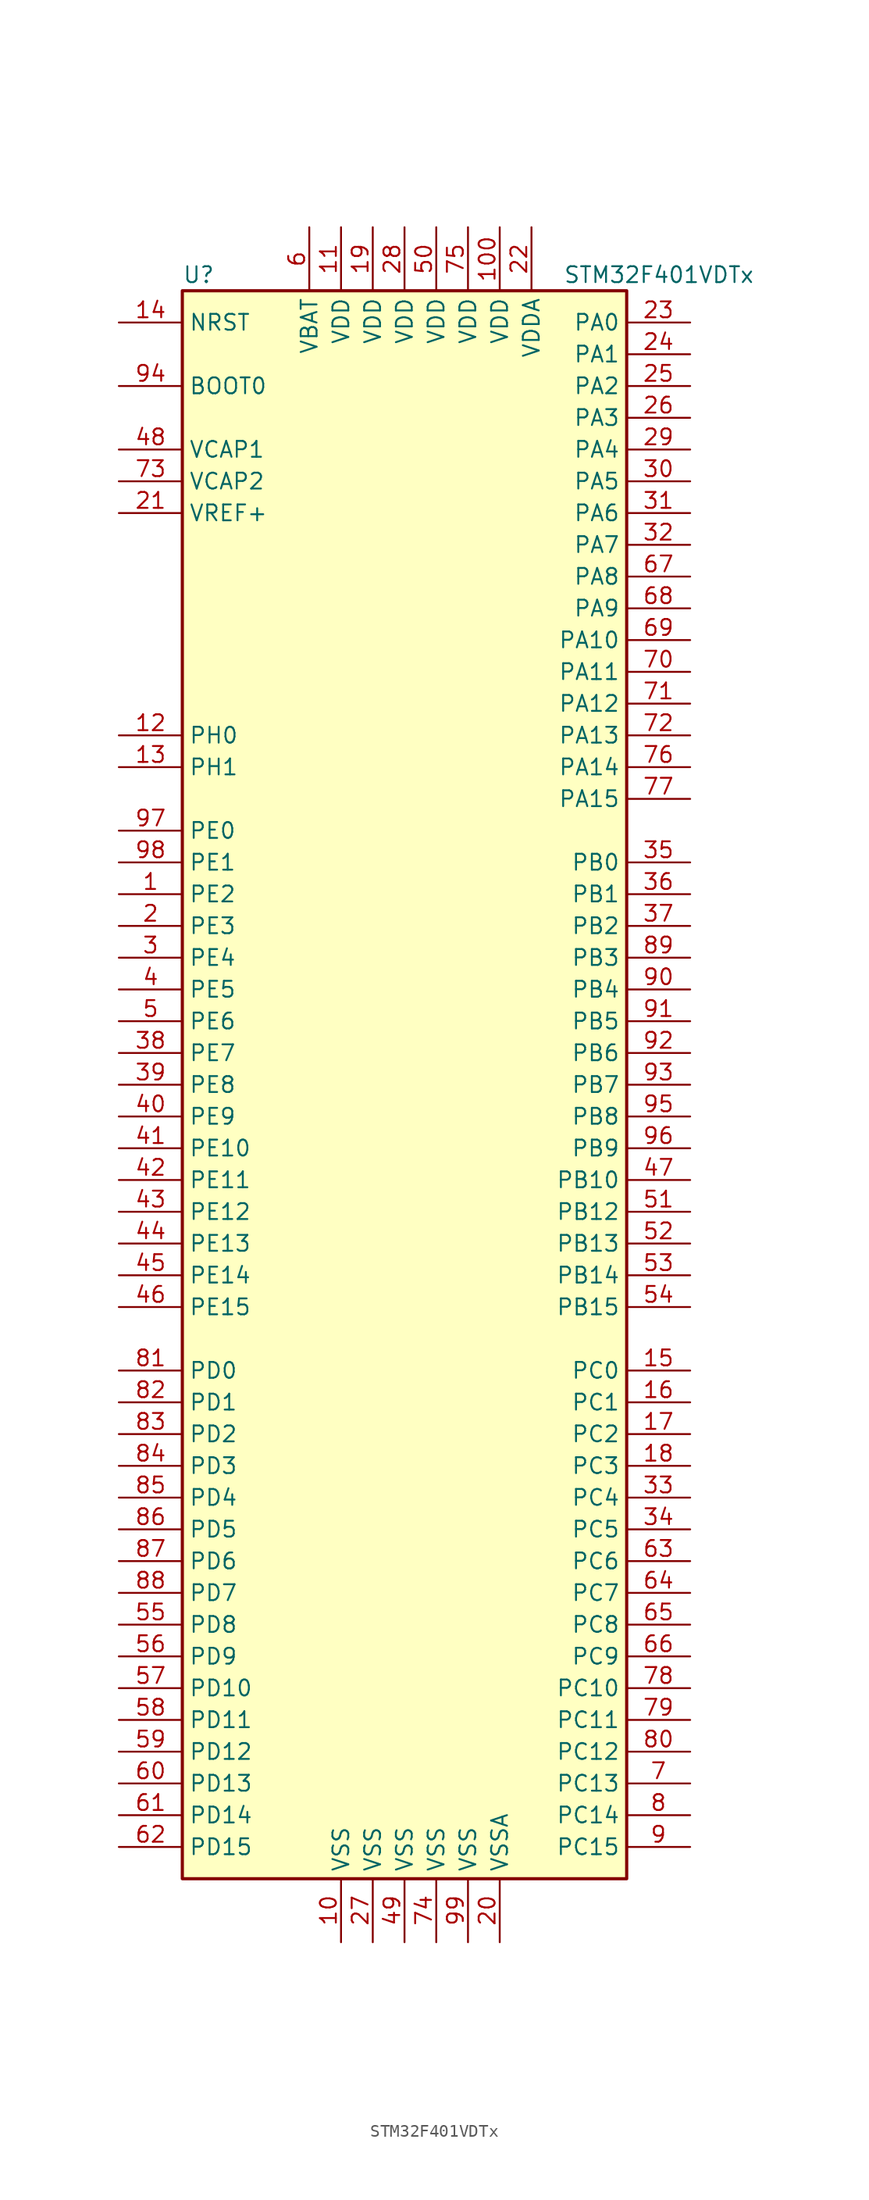
<source format=kicad_sym>
(kicad_symbol_lib
  (version 20201005)
  (generator kicad_symbol_editor)
  (symbol "MCU_ST_STM32F4:STM32F401VDTx"
    (property "Reference" "U"
      (at -17.78 64.77 0)
      (effects (font (size 1.27 1.27)) (justify left)))
    (property "Value" "STM32F401VDTx"
      (at 12.7 64.77 0)
      (effects (font (size 1.27 1.27)) (justify left)))
    (symbol "STM32F401VDTx_0_1"
      (rectangle (start -17.78 -63.5) (end 17.78 63.5) (stroke (width 0.254)) (fill (type background))))
    (symbol "STM32F401VDTx_1_1"
      (pin input line (at -22.86 55.88 0) (length 5.08) (name "BOOT0" (effects (font (size 1.27 1.27)))) (number "94" (effects (font (size 1.27 1.27)))))
      (pin input line (at -22.86 60.96 0) (length 5.08) (name "NRST" (effects (font (size 1.27 1.27)))) (number "14" (effects (font (size 1.27 1.27)))))
      (pin bidirectional line (at 22.86 60.96 180) (length 5.08) (name "PA0" (effects (font (size 1.27 1.27)))) (number "23" (effects (font (size 1.27 1.27)))))
      (pin bidirectional line (at 22.86 58.42 180) (length 5.08) (name "PA1" (effects (font (size 1.27 1.27)))) (number "24" (effects (font (size 1.27 1.27)))))
      (pin bidirectional line (at 22.86 35.56 180) (length 5.08) (name "PA10" (effects (font (size 1.27 1.27)))) (number "69" (effects (font (size 1.27 1.27)))))
      (pin bidirectional line (at 22.86 33.02 180) (length 5.08) (name "PA11" (effects (font (size 1.27 1.27)))) (number "70" (effects (font (size 1.27 1.27)))))
      (pin bidirectional line (at 22.86 30.48 180) (length 5.08) (name "PA12" (effects (font (size 1.27 1.27)))) (number "71" (effects (font (size 1.27 1.27)))))
      (pin bidirectional line (at 22.86 27.94 180) (length 5.08) (name "PA13" (effects (font (size 1.27 1.27)))) (number "72" (effects (font (size 1.27 1.27)))))
      (pin bidirectional line (at 22.86 25.4 180) (length 5.08) (name "PA14" (effects (font (size 1.27 1.27)))) (number "76" (effects (font (size 1.27 1.27)))))
      (pin bidirectional line (at 22.86 22.86 180) (length 5.08) (name "PA15" (effects (font (size 1.27 1.27)))) (number "77" (effects (font (size 1.27 1.27)))))
      (pin bidirectional line (at 22.86 55.88 180) (length 5.08) (name "PA2" (effects (font (size 1.27 1.27)))) (number "25" (effects (font (size 1.27 1.27)))))
      (pin bidirectional line (at 22.86 53.34 180) (length 5.08) (name "PA3" (effects (font (size 1.27 1.27)))) (number "26" (effects (font (size 1.27 1.27)))))
      (pin bidirectional line (at 22.86 50.8 180) (length 5.08) (name "PA4" (effects (font (size 1.27 1.27)))) (number "29" (effects (font (size 1.27 1.27)))))
      (pin bidirectional line (at 22.86 48.26 180) (length 5.08) (name "PA5" (effects (font (size 1.27 1.27)))) (number "30" (effects (font (size 1.27 1.27)))))
      (pin bidirectional line (at 22.86 45.72 180) (length 5.08) (name "PA6" (effects (font (size 1.27 1.27)))) (number "31" (effects (font (size 1.27 1.27)))))
      (pin bidirectional line (at 22.86 43.18 180) (length 5.08) (name "PA7" (effects (font (size 1.27 1.27)))) (number "32" (effects (font (size 1.27 1.27)))))
      (pin bidirectional line (at 22.86 40.64 180) (length 5.08) (name "PA8" (effects (font (size 1.27 1.27)))) (number "67" (effects (font (size 1.27 1.27)))))
      (pin bidirectional line (at 22.86 38.1 180) (length 5.08) (name "PA9" (effects (font (size 1.27 1.27)))) (number "68" (effects (font (size 1.27 1.27)))))
      (pin bidirectional line (at 22.86 17.78 180) (length 5.08) (name "PB0" (effects (font (size 1.27 1.27)))) (number "35" (effects (font (size 1.27 1.27)))))
      (pin bidirectional line (at 22.86 15.24 180) (length 5.08) (name "PB1" (effects (font (size 1.27 1.27)))) (number "36" (effects (font (size 1.27 1.27)))))
      (pin bidirectional line (at 22.86 -7.62 180) (length 5.08) (name "PB10" (effects (font (size 1.27 1.27)))) (number "47" (effects (font (size 1.27 1.27)))))
      (pin bidirectional line (at 22.86 -10.16 180) (length 5.08) (name "PB12" (effects (font (size 1.27 1.27)))) (number "51" (effects (font (size 1.27 1.27)))))
      (pin bidirectional line (at 22.86 -12.7 180) (length 5.08) (name "PB13" (effects (font (size 1.27 1.27)))) (number "52" (effects (font (size 1.27 1.27)))))
      (pin bidirectional line (at 22.86 -15.24 180) (length 5.08) (name "PB14" (effects (font (size 1.27 1.27)))) (number "53" (effects (font (size 1.27 1.27)))))
      (pin bidirectional line (at 22.86 -17.78 180) (length 5.08) (name "PB15" (effects (font (size 1.27 1.27)))) (number "54" (effects (font (size 1.27 1.27)))))
      (pin bidirectional line (at 22.86 12.7 180) (length 5.08) (name "PB2" (effects (font (size 1.27 1.27)))) (number "37" (effects (font (size 1.27 1.27)))))
      (pin bidirectional line (at 22.86 10.16 180) (length 5.08) (name "PB3" (effects (font (size 1.27 1.27)))) (number "89" (effects (font (size 1.27 1.27)))))
      (pin bidirectional line (at 22.86 7.62 180) (length 5.08) (name "PB4" (effects (font (size 1.27 1.27)))) (number "90" (effects (font (size 1.27 1.27)))))
      (pin bidirectional line (at 22.86 5.08 180) (length 5.08) (name "PB5" (effects (font (size 1.27 1.27)))) (number "91" (effects (font (size 1.27 1.27)))))
      (pin bidirectional line (at 22.86 2.54 180) (length 5.08) (name "PB6" (effects (font (size 1.27 1.27)))) (number "92" (effects (font (size 1.27 1.27)))))
      (pin bidirectional line (at 22.86 0 180) (length 5.08) (name "PB7" (effects (font (size 1.27 1.27)))) (number "93" (effects (font (size 1.27 1.27)))))
      (pin bidirectional line (at 22.86 -2.54 180) (length 5.08) (name "PB8" (effects (font (size 1.27 1.27)))) (number "95" (effects (font (size 1.27 1.27)))))
      (pin bidirectional line (at 22.86 -5.08 180) (length 5.08) (name "PB9" (effects (font (size 1.27 1.27)))) (number "96" (effects (font (size 1.27 1.27)))))
      (pin bidirectional line (at 22.86 -22.86 180) (length 5.08) (name "PC0" (effects (font (size 1.27 1.27)))) (number "15" (effects (font (size 1.27 1.27)))))
      (pin bidirectional line (at 22.86 -25.4 180) (length 5.08) (name "PC1" (effects (font (size 1.27 1.27)))) (number "16" (effects (font (size 1.27 1.27)))))
      (pin bidirectional line (at 22.86 -48.26 180) (length 5.08) (name "PC10" (effects (font (size 1.27 1.27)))) (number "78" (effects (font (size 1.27 1.27)))))
      (pin bidirectional line (at 22.86 -50.8 180) (length 5.08) (name "PC11" (effects (font (size 1.27 1.27)))) (number "79" (effects (font (size 1.27 1.27)))))
      (pin bidirectional line (at 22.86 -53.34 180) (length 5.08) (name "PC12" (effects (font (size 1.27 1.27)))) (number "80" (effects (font (size 1.27 1.27)))))
      (pin bidirectional line (at 22.86 -55.88 180) (length 5.08) (name "PC13" (effects (font (size 1.27 1.27)))) (number "7" (effects (font (size 1.27 1.27)))))
      (pin bidirectional line (at 22.86 -58.42 180) (length 5.08) (name "PC14" (effects (font (size 1.27 1.27)))) (number "8" (effects (font (size 1.27 1.27)))))
      (pin bidirectional line (at 22.86 -60.96 180) (length 5.08) (name "PC15" (effects (font (size 1.27 1.27)))) (number "9" (effects (font (size 1.27 1.27)))))
      (pin bidirectional line (at 22.86 -27.94 180) (length 5.08) (name "PC2" (effects (font (size 1.27 1.27)))) (number "17" (effects (font (size 1.27 1.27)))))
      (pin bidirectional line (at 22.86 -30.48 180) (length 5.08) (name "PC3" (effects (font (size 1.27 1.27)))) (number "18" (effects (font (size 1.27 1.27)))))
      (pin bidirectional line (at 22.86 -33.02 180) (length 5.08) (name "PC4" (effects (font (size 1.27 1.27)))) (number "33" (effects (font (size 1.27 1.27)))))
      (pin bidirectional line (at 22.86 -35.56 180) (length 5.08) (name "PC5" (effects (font (size 1.27 1.27)))) (number "34" (effects (font (size 1.27 1.27)))))
      (pin bidirectional line (at 22.86 -38.1 180) (length 5.08) (name "PC6" (effects (font (size 1.27 1.27)))) (number "63" (effects (font (size 1.27 1.27)))))
      (pin bidirectional line (at 22.86 -40.64 180) (length 5.08) (name "PC7" (effects (font (size 1.27 1.27)))) (number "64" (effects (font (size 1.27 1.27)))))
      (pin bidirectional line (at 22.86 -43.18 180) (length 5.08) (name "PC8" (effects (font (size 1.27 1.27)))) (number "65" (effects (font (size 1.27 1.27)))))
      (pin bidirectional line (at 22.86 -45.72 180) (length 5.08) (name "PC9" (effects (font (size 1.27 1.27)))) (number "66" (effects (font (size 1.27 1.27)))))
      (pin bidirectional line (at -22.86 -22.86 0) (length 5.08) (name "PD0" (effects (font (size 1.27 1.27)))) (number "81" (effects (font (size 1.27 1.27)))))
      (pin bidirectional line (at -22.86 -25.4 0) (length 5.08) (name "PD1" (effects (font (size 1.27 1.27)))) (number "82" (effects (font (size 1.27 1.27)))))
      (pin bidirectional line (at -22.86 -48.26 0) (length 5.08) (name "PD10" (effects (font (size 1.27 1.27)))) (number "57" (effects (font (size 1.27 1.27)))))
      (pin bidirectional line (at -22.86 -50.8 0) (length 5.08) (name "PD11" (effects (font (size 1.27 1.27)))) (number "58" (effects (font (size 1.27 1.27)))))
      (pin bidirectional line (at -22.86 -53.34 0) (length 5.08) (name "PD12" (effects (font (size 1.27 1.27)))) (number "59" (effects (font (size 1.27 1.27)))))
      (pin bidirectional line (at -22.86 -55.88 0) (length 5.08) (name "PD13" (effects (font (size 1.27 1.27)))) (number "60" (effects (font (size 1.27 1.27)))))
      (pin bidirectional line (at -22.86 -58.42 0) (length 5.08) (name "PD14" (effects (font (size 1.27 1.27)))) (number "61" (effects (font (size 1.27 1.27)))))
      (pin bidirectional line (at -22.86 -60.96 0) (length 5.08) (name "PD15" (effects (font (size 1.27 1.27)))) (number "62" (effects (font (size 1.27 1.27)))))
      (pin bidirectional line (at -22.86 -27.94 0) (length 5.08) (name "PD2" (effects (font (size 1.27 1.27)))) (number "83" (effects (font (size 1.27 1.27)))))
      (pin bidirectional line (at -22.86 -30.48 0) (length 5.08) (name "PD3" (effects (font (size 1.27 1.27)))) (number "84" (effects (font (size 1.27 1.27)))))
      (pin bidirectional line (at -22.86 -33.02 0) (length 5.08) (name "PD4" (effects (font (size 1.27 1.27)))) (number "85" (effects (font (size 1.27 1.27)))))
      (pin bidirectional line (at -22.86 -35.56 0) (length 5.08) (name "PD5" (effects (font (size 1.27 1.27)))) (number "86" (effects (font (size 1.27 1.27)))))
      (pin bidirectional line (at -22.86 -38.1 0) (length 5.08) (name "PD6" (effects (font (size 1.27 1.27)))) (number "87" (effects (font (size 1.27 1.27)))))
      (pin bidirectional line (at -22.86 -40.64 0) (length 5.08) (name "PD7" (effects (font (size 1.27 1.27)))) (number "88" (effects (font (size 1.27 1.27)))))
      (pin bidirectional line (at -22.86 -43.18 0) (length 5.08) (name "PD8" (effects (font (size 1.27 1.27)))) (number "55" (effects (font (size 1.27 1.27)))))
      (pin bidirectional line (at -22.86 -45.72 0) (length 5.08) (name "PD9" (effects (font (size 1.27 1.27)))) (number "56" (effects (font (size 1.27 1.27)))))
      (pin bidirectional line (at -22.86 20.32 0) (length 5.08) (name "PE0" (effects (font (size 1.27 1.27)))) (number "97" (effects (font (size 1.27 1.27)))))
      (pin bidirectional line (at -22.86 17.78 0) (length 5.08) (name "PE1" (effects (font (size 1.27 1.27)))) (number "98" (effects (font (size 1.27 1.27)))))
      (pin bidirectional line (at -22.86 -5.08 0) (length 5.08) (name "PE10" (effects (font (size 1.27 1.27)))) (number "41" (effects (font (size 1.27 1.27)))))
      (pin bidirectional line (at -22.86 -7.62 0) (length 5.08) (name "PE11" (effects (font (size 1.27 1.27)))) (number "42" (effects (font (size 1.27 1.27)))))
      (pin bidirectional line (at -22.86 -10.16 0) (length 5.08) (name "PE12" (effects (font (size 1.27 1.27)))) (number "43" (effects (font (size 1.27 1.27)))))
      (pin bidirectional line (at -22.86 -12.7 0) (length 5.08) (name "PE13" (effects (font (size 1.27 1.27)))) (number "44" (effects (font (size 1.27 1.27)))))
      (pin bidirectional line (at -22.86 -15.24 0) (length 5.08) (name "PE14" (effects (font (size 1.27 1.27)))) (number "45" (effects (font (size 1.27 1.27)))))
      (pin bidirectional line (at -22.86 -17.78 0) (length 5.08) (name "PE15" (effects (font (size 1.27 1.27)))) (number "46" (effects (font (size 1.27 1.27)))))
      (pin bidirectional line (at -22.86 15.24 0) (length 5.08) (name "PE2" (effects (font (size 1.27 1.27)))) (number "1" (effects (font (size 1.27 1.27)))))
      (pin bidirectional line (at -22.86 12.7 0) (length 5.08) (name "PE3" (effects (font (size 1.27 1.27)))) (number "2" (effects (font (size 1.27 1.27)))))
      (pin bidirectional line (at -22.86 10.16 0) (length 5.08) (name "PE4" (effects (font (size 1.27 1.27)))) (number "3" (effects (font (size 1.27 1.27)))))
      (pin bidirectional line (at -22.86 7.62 0) (length 5.08) (name "PE5" (effects (font (size 1.27 1.27)))) (number "4" (effects (font (size 1.27 1.27)))))
      (pin bidirectional line (at -22.86 5.08 0) (length 5.08) (name "PE6" (effects (font (size 1.27 1.27)))) (number "5" (effects (font (size 1.27 1.27)))))
      (pin bidirectional line (at -22.86 2.54 0) (length 5.08) (name "PE7" (effects (font (size 1.27 1.27)))) (number "38" (effects (font (size 1.27 1.27)))))
      (pin bidirectional line (at -22.86 0 0) (length 5.08) (name "PE8" (effects (font (size 1.27 1.27)))) (number "39" (effects (font (size 1.27 1.27)))))
      (pin bidirectional line (at -22.86 -2.54 0) (length 5.08) (name "PE9" (effects (font (size 1.27 1.27)))) (number "40" (effects (font (size 1.27 1.27)))))
      (pin input line (at -22.86 27.94 0) (length 5.08) (name "PH0" (effects (font (size 1.27 1.27)))) (number "12" (effects (font (size 1.27 1.27)))))
      (pin input line (at -22.86 25.4 0) (length 5.08) (name "PH1" (effects (font (size 1.27 1.27)))) (number "13" (effects (font (size 1.27 1.27)))))
      (pin power_in line (at -7.62 68.58 270) (length 5.08) (name "VBAT" (effects (font (size 1.27 1.27)))) (number "6" (effects (font (size 1.27 1.27)))))
      (pin power_in line (at -22.86 50.8 0) (length 5.08) (name "VCAP1" (effects (font (size 1.27 1.27)))) (number "48" (effects (font (size 1.27 1.27)))))
      (pin power_in line (at -22.86 48.26 0) (length 5.08) (name "VCAP2" (effects (font (size 1.27 1.27)))) (number "73" (effects (font (size 1.27 1.27)))))
      (pin power_in line (at 7.62 68.58 270) (length 5.08) (name "VDD" (effects (font (size 1.27 1.27)))) (number "100" (effects (font (size 1.27 1.27)))))
      (pin power_in line (at -5.08 68.58 270) (length 5.08) (name "VDD" (effects (font (size 1.27 1.27)))) (number "11" (effects (font (size 1.27 1.27)))))
      (pin power_in line (at -2.54 68.58 270) (length 5.08) (name "VDD" (effects (font (size 1.27 1.27)))) (number "19" (effects (font (size 1.27 1.27)))))
      (pin power_in line (at 0 68.58 270) (length 5.08) (name "VDD" (effects (font (size 1.27 1.27)))) (number "28" (effects (font (size 1.27 1.27)))))
      (pin power_in line (at 2.54 68.58 270) (length 5.08) (name "VDD" (effects (font (size 1.27 1.27)))) (number "50" (effects (font (size 1.27 1.27)))))
      (pin power_in line (at 5.08 68.58 270) (length 5.08) (name "VDD" (effects (font (size 1.27 1.27)))) (number "75" (effects (font (size 1.27 1.27)))))
      (pin power_in line (at 10.16 68.58 270) (length 5.08) (name "VDDA" (effects (font (size 1.27 1.27)))) (number "22" (effects (font (size 1.27 1.27)))))
      (pin power_in line (at -22.86 45.72 0) (length 5.08) (name "VREF+" (effects (font (size 1.27 1.27)))) (number "21" (effects (font (size 1.27 1.27)))))
      (pin power_in line (at -5.08 -68.58 90) (length 5.08) (name "VSS" (effects (font (size 1.27 1.27)))) (number "10" (effects (font (size 1.27 1.27)))))
      (pin power_in line (at -2.54 -68.58 90) (length 5.08) (name "VSS" (effects (font (size 1.27 1.27)))) (number "27" (effects (font (size 1.27 1.27)))))
      (pin power_in line (at 0 -68.58 90) (length 5.08) (name "VSS" (effects (font (size 1.27 1.27)))) (number "49" (effects (font (size 1.27 1.27)))))
      (pin power_in line (at 2.54 -68.58 90) (length 5.08) (name "VSS" (effects (font (size 1.27 1.27)))) (number "74" (effects (font (size 1.27 1.27)))))
      (pin power_in line (at 5.08 -68.58 90) (length 5.08) (name "VSS" (effects (font (size 1.27 1.27)))) (number "99" (effects (font (size 1.27 1.27)))))
      (pin power_in line (at 7.62 -68.58 90) (length 5.08) (name "VSSA" (effects (font (size 1.27 1.27)))) (number "20" (effects (font (size 1.27 1.27))))))))
</source>
